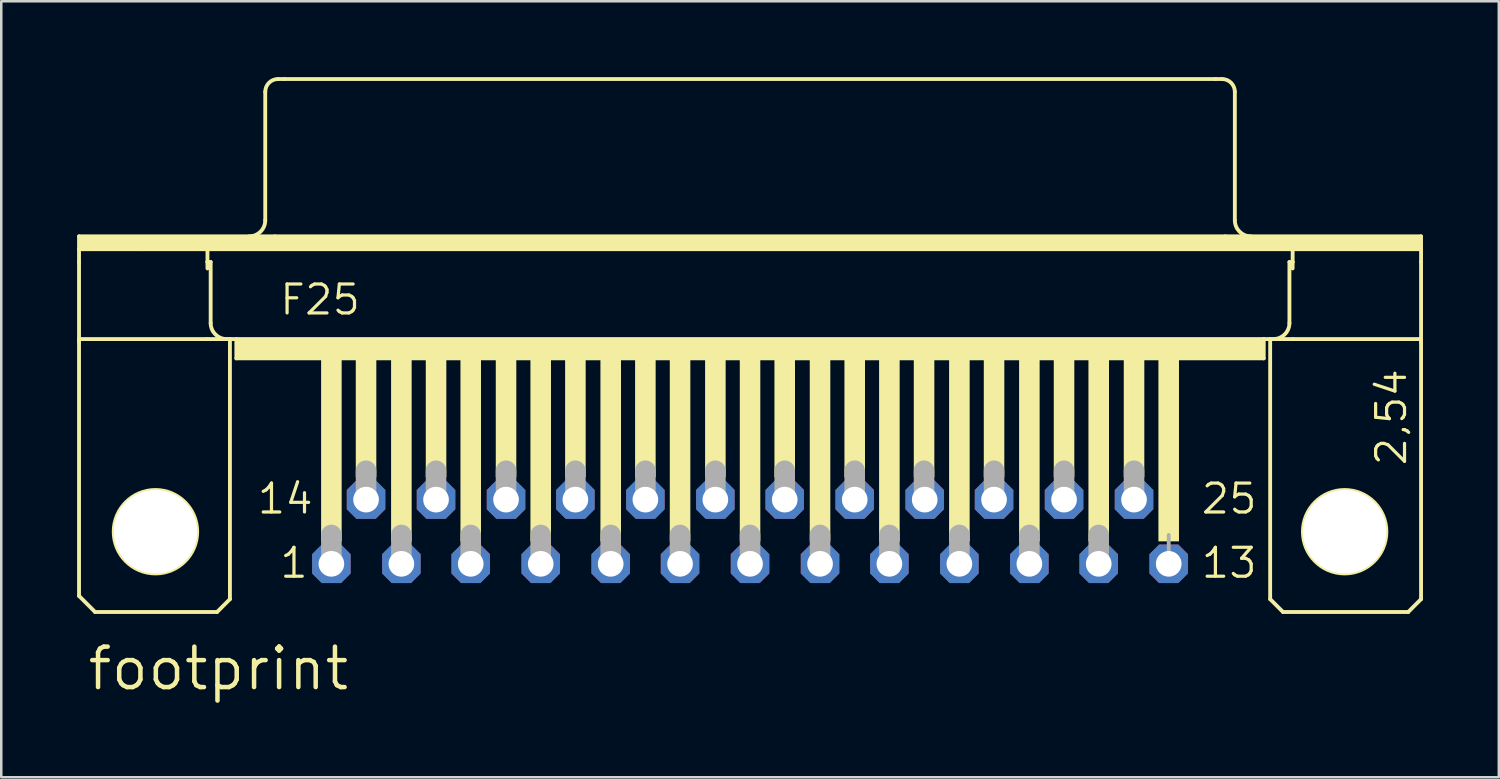
<source format=kicad_pcb>
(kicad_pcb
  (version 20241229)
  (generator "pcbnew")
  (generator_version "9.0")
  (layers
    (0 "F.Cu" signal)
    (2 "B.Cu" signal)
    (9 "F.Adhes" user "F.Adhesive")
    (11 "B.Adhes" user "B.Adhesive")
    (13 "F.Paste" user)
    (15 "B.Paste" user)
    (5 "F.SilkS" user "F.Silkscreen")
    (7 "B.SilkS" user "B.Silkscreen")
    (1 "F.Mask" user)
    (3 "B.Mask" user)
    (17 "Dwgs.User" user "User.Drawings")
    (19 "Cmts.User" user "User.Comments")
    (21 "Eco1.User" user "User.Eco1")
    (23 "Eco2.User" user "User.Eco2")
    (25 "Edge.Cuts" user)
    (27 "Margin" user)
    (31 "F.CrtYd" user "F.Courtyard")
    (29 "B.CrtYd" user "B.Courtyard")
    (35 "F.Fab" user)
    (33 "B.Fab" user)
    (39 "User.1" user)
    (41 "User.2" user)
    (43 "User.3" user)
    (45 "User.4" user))
  (footprint "footprint"
    (layer "F.Cu")
    (at 26.619 17.983)
    (property "Reference" "footprint" (at -26.289 6.35 0) (layer "F.SilkS") (effects (font (size 1.6 1.6) (thickness 0.178)) (justify left bottom)))
    (fp_line (start -26.543 -11.684) (end -18.796 -11.684) (stroke (width 0.152) (type solid)) (layer "F.SilkS"))
    (fp_line (start -26.543 -11.176) (end -26.543 -11.684) (stroke (width 0.152) (type solid)) (layer "F.SilkS"))
    (fp_line (start -26.543 -11.176) (end -24.003 -11.176) (stroke (width 0.152) (type solid)) (layer "F.SilkS"))
    (fp_line (start -26.543 -10.668) (end -26.543 -11.176) (stroke (width 0.152) (type solid)) (layer "F.SilkS"))
    (fp_line (start -26.543 -7.62) (end -26.543 -10.668) (stroke (width 0.152) (type solid)) (layer "F.SilkS"))
    (fp_line (start -26.543 -7.62) (end -26.543 -7.493) (stroke (width 0.152) (type solid)) (layer "F.SilkS"))
    (fp_line (start -26.543 -7.62) (end -21.463 -7.62) (stroke (width 0.152) (type solid)) (layer "F.SilkS"))
    (fp_line (start -26.543 2.54) (end -26.543 -7.493) (stroke (width 0.152) (type solid)) (layer "F.SilkS"))
    (fp_line (start -25.908 3.175) (end -26.543 2.54) (stroke (width 0.152) (type solid)) (layer "F.SilkS"))
    (fp_line (start -24.003 -11.176) (end -21.463 -11.176) (stroke (width 0.152) (type solid)) (layer "F.SilkS"))
    (fp_line (start -21.463 -11.176) (end 21.463 -11.176) (stroke (width 0.152) (type solid)) (layer "F.SilkS"))
    (fp_line (start -21.463 -10.668) (end -21.463 -11.176) (stroke (width 0.152) (type solid)) (layer "F.SilkS"))
    (fp_line (start -21.463 -10.668) (end -21.336 -10.668) (stroke (width 0.152) (type solid)) (layer "F.SilkS"))
    (fp_line (start -21.463 -10.414) (end -21.463 -10.668) (stroke (width 0.152) (type solid)) (layer "F.SilkS"))
    (fp_line (start -21.463 -7.62) (end -20.574 -7.62) (stroke (width 0.152) (type solid)) (layer "F.SilkS"))
    (fp_line (start -21.336 -8.255) (end -21.336 -10.668) (stroke (width 0.152) (type solid)) (layer "F.SilkS"))
    (fp_line (start -21.082 3.175) (end -25.908 3.175) (stroke (width 0.152) (type solid)) (layer "F.SilkS"))
    (fp_line (start -21.082 3.175) (end -20.574 2.667) (stroke (width 0.152) (type solid)) (layer "F.SilkS"))
    (fp_line (start -20.574 -7.62) (end -20.32 -7.62) (stroke (width 0.152) (type solid)) (layer "F.SilkS"))
    (fp_line (start -20.574 2.667) (end -20.574 -7.62) (stroke (width 0.152) (type solid)) (layer "F.SilkS"))
    (fp_line (start -20.32 -7.62) (end -20.32 -6.858) (stroke (width 0.152) (type solid)) (layer "F.SilkS"))
    (fp_line (start -20.32 -7.62) (end 20.32 -7.62) (stroke (width 0.152) (type solid)) (layer "F.SilkS"))
    (fp_line (start -20.32 -6.858) (end 20.32 -6.858) (stroke (width 0.152) (type solid)) (layer "F.SilkS"))
    (fp_line (start -19.177 -12.319) (end -19.177 -17.399) (stroke (width 0.152) (type solid)) (layer "F.SilkS"))
    (fp_line (start -18.796 -11.684) (end 18.796 -11.684) (stroke (width 0.152) (type solid)) (layer "F.SilkS"))
    (fp_line (start -18.669 -17.907) (end -18.415 -17.907) (stroke (width 0.152) (type solid)) (layer "F.SilkS"))
    (fp_line (start -18.415 -17.907) (end 18.415 -17.907) (stroke (width 0.152) (type solid)) (layer "F.SilkS"))
    (fp_line (start 18.415 -17.907) (end 18.669 -17.907) (stroke (width 0.152) (type solid)) (layer "F.SilkS"))
    (fp_line (start 18.796 -11.684) (end 26.543 -11.684) (stroke (width 0.152) (type solid)) (layer "F.SilkS"))
    (fp_line (start 19.177 -12.319) (end 19.177 -17.399) (stroke (width 0.152) (type solid)) (layer "F.SilkS"))
    (fp_line (start 20.32 -7.62) (end 20.32 -6.858) (stroke (width 0.152) (type solid)) (layer "F.SilkS"))
    (fp_line (start 20.32 -7.62) (end 20.574 -7.62) (stroke (width 0.152) (type solid)) (layer "F.SilkS"))
    (fp_line (start 20.574 -7.62) (end 21.463 -7.62) (stroke (width 0.152) (type solid)) (layer "F.SilkS"))
    (fp_line (start 20.574 2.667) (end 20.574 -7.62) (stroke (width 0.152) (type solid)) (layer "F.SilkS"))
    (fp_line (start 20.574 2.667) (end 21.082 3.175) (stroke (width 0.152) (type solid)) (layer "F.SilkS"))
    (fp_line (start 21.082 3.175) (end 26.035 3.175) (stroke (width 0.152) (type solid)) (layer "F.SilkS"))
    (fp_line (start 21.336 -10.668) (end 21.463 -10.668) (stroke (width 0.152) (type solid)) (layer "F.SilkS"))
    (fp_line (start 21.336 -8.255) (end 21.336 -10.668) (stroke (width 0.152) (type solid)) (layer "F.SilkS"))
    (fp_line (start 21.463 -11.176) (end 24.003 -11.176) (stroke (width 0.152) (type solid)) (layer "F.SilkS"))
    (fp_line (start 21.463 -10.668) (end 21.463 -11.176) (stroke (width 0.152) (type solid)) (layer "F.SilkS"))
    (fp_line (start 21.463 -10.414) (end 21.463 -10.668) (stroke (width 0.152) (type solid)) (layer "F.SilkS"))
    (fp_line (start 21.463 -7.62) (end 26.543 -7.62) (stroke (width 0.152) (type solid)) (layer "F.SilkS"))
    (fp_line (start 24.003 -11.176) (end 26.543 -11.176) (stroke (width 0.152) (type solid)) (layer "F.SilkS"))
    (fp_line (start 26.035 3.175) (end 26.543 2.667) (stroke (width 0.152) (type solid)) (layer "F.SilkS"))
    (fp_line (start 26.543 -11.684) (end 26.543 -11.176) (stroke (width 0.152) (type solid)) (layer "F.SilkS"))
    (fp_line (start 26.543 -11.176) (end 26.543 -10.668) (stroke (width 0.152) (type solid)) (layer "F.SilkS"))
    (fp_line (start 26.543 -10.668) (end 26.543 -7.62) (stroke (width 0.152) (type solid)) (layer "F.SilkS"))
    (fp_line (start 26.543 -7.62) (end 26.543 -7.493) (stroke (width 0.152) (type solid)) (layer "F.SilkS"))
    (fp_line (start 26.543 2.667) (end 26.543 -7.493) (stroke (width 0.152) (type solid)) (layer "F.SilkS"))
    (fp_arc (start -20.701 -7.62) (mid -21.150013 -7.805987) (end -21.336 -8.255) (stroke (width 0.1524) (type solid)) (layer "F.SilkS"))
    (fp_arc (start -19.177 -17.399) (mid -19.02821 -17.75821) (end -18.669 -17.907) (stroke (width 0.1524) (type solid)) (layer "F.SilkS"))
    (fp_arc (start -19.177 -12.319) (mid -19.362987 -11.869987) (end -19.812 -11.684) (stroke (width 0.1524) (type solid)) (layer "F.SilkS"))
    (fp_arc (start 18.669 -17.907) (mid 19.02821 -17.75821) (end 19.177 -17.399) (stroke (width 0.1524) (type solid)) (layer "F.SilkS"))
    (fp_arc (start 19.812 -11.684) (mid 19.362987 -11.869987) (end 19.177 -12.319) (stroke (width 0.1524) (type solid)) (layer "F.SilkS"))
    (fp_arc (start 21.336 -8.255) (mid 21.150013 -7.805987) (end 20.701 -7.62) (stroke (width 0.1524) (type solid)) (layer "F.SilkS"))
    (fp_circle (center -23.52 0) (end -21.869 0) (stroke (width 0.152) (type solid)) (fill no) (layer "F.SilkS"))
    (fp_circle (center 23.52 0) (end 25.171 0) (stroke (width 0.152) (type solid)) (fill no) (layer "F.SilkS"))
    (fp_poly (pts (xy -26.543 -11.176) (xy 26.543 -11.176) (xy 26.543 -11.684) (xy -26.543 -11.684)) (stroke (width 0) (type solid)) (fill yes) (layer "F.SilkS"))
    (fp_poly (pts (xy -20.32 -6.858) (xy 20.32 -6.858) (xy 20.32 -7.62) (xy -20.32 -7.62)) (stroke (width 0) (type solid)) (fill yes) (layer "F.SilkS"))
    (fp_poly (pts (xy -16.967 0.381) (xy -16.154 0.381) (xy -16.154 -6.858) (xy -16.967 -6.858)) (stroke (width 0) (type solid)) (fill yes) (layer "F.SilkS"))
    (fp_poly (pts (xy -15.596 -2.159) (xy -14.783 -2.159) (xy -14.783 -6.858) (xy -15.596 -6.858)) (stroke (width 0) (type solid)) (fill yes) (layer "F.SilkS"))
    (fp_poly (pts (xy -14.199 0.381) (xy -13.386 0.381) (xy -13.386 -6.858) (xy -14.199 -6.858)) (stroke (width 0) (type solid)) (fill yes) (layer "F.SilkS"))
    (fp_poly (pts (xy -12.827 -2.159) (xy -12.014 -2.159) (xy -12.014 -6.858) (xy -12.827 -6.858)) (stroke (width 0) (type solid)) (fill yes) (layer "F.SilkS"))
    (fp_poly (pts (xy -11.455 0.381) (xy -10.643 0.381) (xy -10.643 -6.858) (xy -11.455 -6.858)) (stroke (width 0) (type solid)) (fill yes) (layer "F.SilkS"))
    (fp_poly (pts (xy -10.058 -2.159) (xy -9.246 -2.159) (xy -9.246 -6.858) (xy -10.058 -6.858)) (stroke (width 0) (type solid)) (fill yes) (layer "F.SilkS"))
    (fp_poly (pts (xy -8.687 0.381) (xy -7.874 0.381) (xy -7.874 -6.858) (xy -8.687 -6.858)) (stroke (width 0) (type solid)) (fill yes) (layer "F.SilkS"))
    (fp_poly (pts (xy -7.315 -2.159) (xy -6.502 -2.159) (xy -6.502 -6.858) (xy -7.315 -6.858)) (stroke (width 0) (type solid)) (fill yes) (layer "F.SilkS"))
    (fp_poly (pts (xy -5.918 0.381) (xy -5.105 0.381) (xy -5.105 -6.858) (xy -5.918 -6.858)) (stroke (width 0) (type solid)) (fill yes) (layer "F.SilkS"))
    (fp_poly (pts (xy -4.547 -2.159) (xy -3.734 -2.159) (xy -3.734 -6.858) (xy -4.547 -6.858)) (stroke (width 0) (type solid)) (fill yes) (layer "F.SilkS"))
    (fp_poly (pts (xy -3.175 0.381) (xy -2.362 0.381) (xy -2.362 -6.858) (xy -3.175 -6.858)) (stroke (width 0) (type solid)) (fill yes) (layer "F.SilkS"))
    (fp_poly (pts (xy -1.778 -2.159) (xy -0.965 -2.159) (xy -0.965 -6.858) (xy -1.778 -6.858)) (stroke (width 0) (type solid)) (fill yes) (layer "F.SilkS"))
    (fp_poly (pts (xy -0.406 0.381) (xy 0.406 0.381) (xy 0.406 -6.858) (xy -0.406 -6.858)) (stroke (width 0) (type solid)) (fill yes) (layer "F.SilkS"))
    (fp_poly (pts (xy 0.965 -2.159) (xy 1.778 -2.159) (xy 1.778 -6.858) (xy 0.965 -6.858)) (stroke (width 0) (type solid)) (fill yes) (layer "F.SilkS"))
    (fp_poly (pts (xy 2.362 0.381) (xy 3.175 0.381) (xy 3.175 -6.858) (xy 2.362 -6.858)) (stroke (width 0) (type solid)) (fill yes) (layer "F.SilkS"))
    (fp_poly (pts (xy 3.734 -2.159) (xy 4.547 -2.159) (xy 4.547 -6.858) (xy 3.734 -6.858)) (stroke (width 0) (type solid)) (fill yes) (layer "F.SilkS"))
    (fp_poly (pts (xy 5.105 0.381) (xy 5.918 0.381) (xy 5.918 -6.858) (xy 5.105 -6.858)) (stroke (width 0) (type solid)) (fill yes) (layer "F.SilkS"))
    (fp_poly (pts (xy 6.477 -2.159) (xy 7.29 -2.159) (xy 7.29 -6.858) (xy 6.477 -6.858)) (stroke (width 0) (type solid)) (fill yes) (layer "F.SilkS"))
    (fp_poly (pts (xy 7.874 0.381) (xy 8.687 0.381) (xy 8.687 -6.858) (xy 7.874 -6.858)) (stroke (width 0) (type solid)) (fill yes) (layer "F.SilkS"))
    (fp_poly (pts (xy 9.246 -2.159) (xy 10.058 -2.159) (xy 10.058 -6.858) (xy 9.246 -6.858)) (stroke (width 0) (type solid)) (fill yes) (layer "F.SilkS"))
    (fp_poly (pts (xy 10.643 0.381) (xy 11.455 0.381) (xy 11.455 -6.858) (xy 10.643 -6.858)) (stroke (width 0) (type solid)) (fill yes) (layer "F.SilkS"))
    (fp_poly (pts (xy 12.014 -2.159) (xy 12.827 -2.159) (xy 12.827 -6.858) (xy 12.014 -6.858)) (stroke (width 0) (type solid)) (fill yes) (layer "F.SilkS"))
    (fp_poly (pts (xy 13.386 0.381) (xy 14.199 0.381) (xy 14.199 -6.858) (xy 13.386 -6.858)) (stroke (width 0) (type solid)) (fill yes) (layer "F.SilkS"))
    (fp_poly (pts (xy 14.783 -2.159) (xy 15.596 -2.159) (xy 15.596 -6.858) (xy 14.783 -6.858)) (stroke (width 0) (type solid)) (fill yes) (layer "F.SilkS"))
    (fp_poly (pts (xy 16.154 0.381) (xy 16.967 0.381) (xy 16.967 -6.858) (xy 16.154 -6.858)) (stroke (width 0) (type solid)) (fill yes) (layer "F.SilkS"))
    (fp_line (start -16.561 1.143) (end -16.561 0.127) (stroke (width 0.813) (type solid)) (layer "F.Fab"))
    (fp_line (start -15.189 -1.397) (end -15.189 -2.413) (stroke (width 0.813) (type solid)) (layer "F.Fab"))
    (fp_line (start -13.792 1.143) (end -13.792 0.127) (stroke (width 0.813) (type solid)) (layer "F.Fab"))
    (fp_line (start -12.421 -1.397) (end -12.421 -2.413) (stroke (width 0.813) (type solid)) (layer "F.Fab"))
    (fp_line (start -11.049 1.143) (end -11.049 0.127) (stroke (width 0.813) (type solid)) (layer "F.Fab"))
    (fp_line (start -9.652 -1.397) (end -9.652 -2.413) (stroke (width 0.813) (type solid)) (layer "F.Fab"))
    (fp_line (start -8.28 1.143) (end -8.28 0.127) (stroke (width 0.813) (type solid)) (layer "F.Fab"))
    (fp_line (start -6.909 -1.397) (end -6.909 -2.413) (stroke (width 0.813) (type solid)) (layer "F.Fab"))
    (fp_line (start -5.512 1.143) (end -5.512 0.127) (stroke (width 0.813) (type solid)) (layer "F.Fab"))
    (fp_line (start -4.14 -1.397) (end -4.14 -2.413) (stroke (width 0.813) (type solid)) (layer "F.Fab"))
    (fp_line (start -2.769 1.143) (end -2.769 0.127) (stroke (width 0.813) (type solid)) (layer "F.Fab"))
    (fp_line (start -1.372 -1.397) (end -1.372 -2.413) (stroke (width 0.813) (type solid)) (layer "F.Fab"))
    (fp_line (start 0 1.143) (end 0 0.127) (stroke (width 0.813) (type solid)) (layer "F.Fab"))
    (fp_line (start 1.372 -1.397) (end 1.372 -2.413) (stroke (width 0.813) (type solid)) (layer "F.Fab"))
    (fp_line (start 2.769 1.143) (end 2.769 0.127) (stroke (width 0.813) (type solid)) (layer "F.Fab"))
    (fp_line (start 4.14 -1.397) (end 4.14 -2.413) (stroke (width 0.813) (type solid)) (layer "F.Fab"))
    (fp_line (start 5.512 1.143) (end 5.512 0.127) (stroke (width 0.813) (type solid)) (layer "F.Fab"))
    (fp_line (start 6.883 -1.397) (end 6.883 -2.413) (stroke (width 0.813) (type solid)) (layer "F.Fab"))
    (fp_line (start 8.28 1.143) (end 8.28 0.127) (stroke (width 0.813) (type solid)) (layer "F.Fab"))
    (fp_line (start 9.652 -1.397) (end 9.652 -2.413) (stroke (width 0.813) (type solid)) (layer "F.Fab"))
    (fp_line (start 11.049 1.143) (end 11.049 0.127) (stroke (width 0.813) (type solid)) (layer "F.Fab"))
    (fp_line (start 12.421 -1.397) (end 12.421 -2.413) (stroke (width 0.813) (type solid)) (layer "F.Fab"))
    (fp_line (start 13.792 1.143) (end 13.792 0.127) (stroke (width 0.813) (type solid)) (layer "F.Fab"))
    (fp_line (start 15.189 -1.397) (end 15.189 -2.413) (stroke (width 0.813) (type solid)) (layer "F.Fab"))
    (fp_line (start 16.561 1.143) (end 16.561 0.127) (stroke (width 0.152) (type solid)) (layer "F.Fab"))
    (fp_text user "25" (at 17.78 -0.635 0) (layer "F.SilkS") (effects (font (size 1.143 1.143) (thickness 0.127)) (justify left bottom)))
    (fp_text user "14" (at -19.558 -0.635 0) (layer "F.SilkS") (effects (font (size 1.143 1.143) (thickness 0.127)) (justify left bottom)))
    (fp_text user "1" (at -18.669 1.905 0) (layer "F.SilkS") (effects (font (size 1.143 1.143) (thickness 0.127)) (justify left bottom)))
    (fp_text user "2,54" (at 26.035 -2.54 90) (layer "F.SilkS") (effects (font (size 1.143 1.143) (thickness 0.127)) (justify left bottom)))
    (fp_text user "13" (at 17.78 1.905 0) (layer "F.SilkS") (effects (font (size 1.143 1.143) (thickness 0.127)) (justify left bottom)))
    (fp_text user "F25" (at -18.669 -8.509 0) (layer "F.SilkS") (effects (font (size 1.143 1.143) (thickness 0.127)) (justify left bottom)))
    (pad "" np_thru_hole circle (at -23.52 0) (size 3.302 3.302) (drill 3.302) (layers "*.Cu" "*.Mask"))
    (pad "" np_thru_hole circle (at 23.52 0) (size 3.302 3.302) (drill 3.302) (layers "*.Cu" "*.Mask"))
    (pad "1" thru_hole roundrect (at -16.561 1.27) (size 1.524 1.524) (drill 1.016) (layers "*.Cu" "*.Mask") (roundrect_rratio 0.25) (chamfer_ratio 0.25) (chamfer top_left top_right bottom_left bottom_right))
    (pad "2" thru_hole roundrect (at -13.792 1.27) (size 1.524 1.524) (drill 1.016) (layers "*.Cu" "*.Mask") (roundrect_rratio 0.25) (chamfer_ratio 0.25) (chamfer top_left top_right bottom_left bottom_right))
    (pad "3" thru_hole roundrect (at -11.049 1.27) (size 1.524 1.524) (drill 1.016) (layers "*.Cu" "*.Mask") (roundrect_rratio 0.25) (chamfer_ratio 0.25) (chamfer top_left top_right bottom_left bottom_right))
    (pad "4" thru_hole roundrect (at -8.28 1.27) (size 1.524 1.524) (drill 1.016) (layers "*.Cu" "*.Mask") (roundrect_rratio 0.25) (chamfer_ratio 0.25) (chamfer top_left top_right bottom_left bottom_right))
    (pad "5" thru_hole roundrect (at -5.512 1.27) (size 1.524 1.524) (drill 1.016) (layers "*.Cu" "*.Mask") (roundrect_rratio 0.25) (chamfer_ratio 0.25) (chamfer top_left top_right bottom_left bottom_right))
    (pad "6" thru_hole roundrect (at -2.769 1.27) (size 1.524 1.524) (drill 1.016) (layers "*.Cu" "*.Mask") (roundrect_rratio 0.25) (chamfer_ratio 0.25) (chamfer top_left top_right bottom_left bottom_right))
    (pad "7" thru_hole roundrect (at 0 1.27) (size 1.524 1.524) (drill 1.016) (layers "*.Cu" "*.Mask") (roundrect_rratio 0.25) (chamfer_ratio 0.25) (chamfer top_left top_right bottom_left bottom_right))
    (pad "8" thru_hole roundrect (at 2.769 1.27) (size 1.524 1.524) (drill 1.016) (layers "*.Cu" "*.Mask") (roundrect_rratio 0.25) (chamfer_ratio 0.25) (chamfer top_left top_right bottom_left bottom_right))
    (pad "9" thru_hole roundrect (at 5.512 1.27) (size 1.524 1.524) (drill 1.016) (layers "*.Cu" "*.Mask") (roundrect_rratio 0.25) (chamfer_ratio 0.25) (chamfer top_left top_right bottom_left bottom_right))
    (pad "10" thru_hole roundrect (at 8.28 1.27) (size 1.524 1.524) (drill 1.016) (layers "*.Cu" "*.Mask") (roundrect_rratio 0.25) (chamfer_ratio 0.25) (chamfer top_left top_right bottom_left bottom_right))
    (pad "11" thru_hole roundrect (at 11.049 1.27) (size 1.524 1.524) (drill 1.016) (layers "*.Cu" "*.Mask") (roundrect_rratio 0.25) (chamfer_ratio 0.25) (chamfer top_left top_right bottom_left bottom_right))
    (pad "12" thru_hole roundrect (at 13.792 1.27) (size 1.524 1.524) (drill 1.016) (layers "*.Cu" "*.Mask") (roundrect_rratio 0.25) (chamfer_ratio 0.25) (chamfer top_left top_right bottom_left bottom_right))
    (pad "13" thru_hole roundrect (at 16.561 1.27) (size 1.524 1.524) (drill 1.016) (layers "*.Cu" "*.Mask") (roundrect_rratio 0.25) (chamfer_ratio 0.25) (chamfer top_left top_right bottom_left bottom_right))
    (pad "14" thru_hole roundrect (at -15.189 -1.27) (size 1.524 1.524) (drill 1.016) (layers "*.Cu" "*.Mask") (roundrect_rratio 0.25) (chamfer_ratio 0.25) (chamfer top_left top_right bottom_left bottom_right))
    (pad "15" thru_hole roundrect (at -12.421 -1.27) (size 1.524 1.524) (drill 1.016) (layers "*.Cu" "*.Mask") (roundrect_rratio 0.25) (chamfer_ratio 0.25) (chamfer top_left top_right bottom_left bottom_right))
    (pad "16" thru_hole roundrect (at -9.652 -1.27) (size 1.524 1.524) (drill 1.016) (layers "*.Cu" "*.Mask") (roundrect_rratio 0.25) (chamfer_ratio 0.25) (chamfer top_left top_right bottom_left bottom_right))
    (pad "17" thru_hole roundrect (at -6.909 -1.27) (size 1.524 1.524) (drill 1.016) (layers "*.Cu" "*.Mask") (roundrect_rratio 0.25) (chamfer_ratio 0.25) (chamfer top_left top_right bottom_left bottom_right))
    (pad "18" thru_hole roundrect (at -4.14 -1.27) (size 1.524 1.524) (drill 1.016) (layers "*.Cu" "*.Mask") (roundrect_rratio 0.25) (chamfer_ratio 0.25) (chamfer top_left top_right bottom_left bottom_right))
    (pad "19" thru_hole roundrect (at -1.372 -1.27) (size 1.524 1.524) (drill 1.016) (layers "*.Cu" "*.Mask") (roundrect_rratio 0.25) (chamfer_ratio 0.25) (chamfer top_left top_right bottom_left bottom_right))
    (pad "20" thru_hole roundrect (at 1.372 -1.27) (size 1.524 1.524) (drill 1.016) (layers "*.Cu" "*.Mask") (roundrect_rratio 0.25) (chamfer_ratio 0.25) (chamfer top_left top_right bottom_left bottom_right))
    (pad "21" thru_hole roundrect (at 4.14 -1.27) (size 1.524 1.524) (drill 1.016) (layers "*.Cu" "*.Mask") (roundrect_rratio 0.25) (chamfer_ratio 0.25) (chamfer top_left top_right bottom_left bottom_right))
    (pad "22" thru_hole roundrect (at 6.909 -1.27) (size 1.524 1.524) (drill 1.016) (layers "*.Cu" "*.Mask") (roundrect_rratio 0.25) (chamfer_ratio 0.25) (chamfer top_left top_right bottom_left bottom_right))
    (pad "23" thru_hole roundrect (at 9.652 -1.27) (size 1.524 1.524) (drill 1.016) (layers "*.Cu" "*.Mask") (roundrect_rratio 0.25) (chamfer_ratio 0.25) (chamfer top_left top_right bottom_left bottom_right))
    (pad "24" thru_hole roundrect (at 12.421 -1.27) (size 1.524 1.524) (drill 1.016) (layers "*.Cu" "*.Mask") (roundrect_rratio 0.25) (chamfer_ratio 0.25) (chamfer top_left top_right bottom_left bottom_right))
    (pad "25" thru_hole roundrect (at 15.189 -1.27) (size 1.524 1.524) (drill 1.016) (layers "*.Cu" "*.Mask") (roundrect_rratio 0.25) (chamfer_ratio 0.25) (chamfer top_left top_right bottom_left bottom_right))
    (zone (net_name "") (layers "F.Cu" "B.Cu") (hatch edge 0.508) (connect_pads) (min_thickness 0.254) (filled_areas_thickness no) (keepout (tracks allowed) (vias not_allowed) (pads allowed) (copperpour allowed) (footprints allowed)) (placement (enabled no)) (fill) (polygon (pts (xy 5.766 17.983) (xy 5.725 17.52) (xy 5.605 17.071) (xy 5.408 16.65) (xy 5.142 16.269) (xy 4.813 15.94) (xy 4.432 15.674) (xy 4.011 15.477) (xy 3.562 15.357) (xy 3.099 15.316) (xy 2.636 15.357) (xy 2.187 15.477) (xy 1.765 15.674) (xy 1.384 15.94) (xy 1.056 16.269) (xy 0.789 16.65) (xy 0.593 17.071) (xy 0.472 17.52) (xy 0.432 17.983) (xy 0.472 18.446) (xy 0.593 18.895) (xy 0.789 19.317) (xy 1.056 19.698) (xy 1.384 20.026) (xy 1.765 20.293) (xy 2.187 20.489) (xy 2.636 20.61) (xy 3.099 20.65) (xy 3.562 20.61) (xy 4.011 20.489) (xy 4.432 20.293) (xy 4.813 20.026) (xy 5.142 19.698) (xy 5.408 19.317) (xy 5.605 18.895) (xy 5.725 18.446))))
    (zone (net_name "") (layers "F.Cu" "B.Cu") (hatch edge 0.508) (connect_pads) (min_thickness 0.254) (filled_areas_thickness no) (keepout (tracks allowed) (vias not_allowed) (pads allowed) (copperpour allowed) (footprints allowed)) (placement (enabled no)) (fill) (polygon (pts (xy 52.807 17.983) (xy 52.766 17.52) (xy 52.646 17.071) (xy 52.449 16.65) (xy 52.183 16.269) (xy 51.854 15.94) (xy 51.473 15.674) (xy 51.052 15.477) (xy 50.603 15.357) (xy 50.14 15.316) (xy 49.676 15.357) (xy 49.227 15.477) (xy 48.806 15.674) (xy 48.425 15.94) (xy 48.097 16.269) (xy 47.83 16.65) (xy 47.633 17.071) (xy 47.513 17.52) (xy 47.473 17.983) (xy 47.513 18.446) (xy 47.633 18.895) (xy 47.83 19.317) (xy 48.097 19.698) (xy 48.425 20.026) (xy 48.806 20.293) (xy 49.227 20.489) (xy 49.676 20.61) (xy 50.14 20.65) (xy 50.603 20.61) (xy 51.052 20.489) (xy 51.473 20.293) (xy 51.854 20.026) (xy 52.183 19.698) (xy 52.449 19.317) (xy 52.646 18.895) (xy 52.766 18.446))))
    (zone (net_name "") (layer "B.Cu") (hatch edge 0.508) (connect_pads) (min_thickness 0.254) (filled_areas_thickness no) (keepout (tracks not_allowed) (vias not_allowed) (pads not_allowed) (copperpour not_allowed) (footprints allowed)) (placement (enabled no)) (fill) (polygon (pts (xy 5.766 17.983) (xy 5.725 17.52) (xy 5.605 17.071) (xy 5.408 16.65) (xy 5.142 16.269) (xy 4.813 15.94) (xy 4.432 15.674) (xy 4.011 15.477) (xy 3.562 15.357) (xy 3.099 15.316) (xy 2.636 15.357) (xy 2.187 15.477) (xy 1.765 15.674) (xy 1.384 15.94) (xy 1.056 16.269) (xy 0.789 16.65) (xy 0.593 17.071) (xy 0.472 17.52) (xy 0.432 17.983) (xy 0.472 18.446) (xy 0.593 18.895) (xy 0.789 19.317) (xy 1.056 19.698) (xy 1.384 20.026) (xy 1.765 20.293) (xy 2.187 20.489) (xy 2.636 20.61) (xy 3.099 20.65) (xy 3.562 20.61) (xy 4.011 20.489) (xy 4.432 20.293) (xy 4.813 20.026) (xy 5.142 19.698) (xy 5.408 19.317) (xy 5.605 18.895) (xy 5.725 18.446))))
    (zone (net_name "") (layer "B.Cu") (hatch edge 0.508) (connect_pads) (min_thickness 0.254) (filled_areas_thickness no) (keepout (tracks not_allowed) (vias not_allowed) (pads not_allowed) (copperpour not_allowed) (footprints allowed)) (placement (enabled no)) (fill) (polygon (pts (xy 52.807 17.983) (xy 52.766 17.52) (xy 52.646 17.071) (xy 52.449 16.65) (xy 52.183 16.269) (xy 51.854 15.94) (xy 51.473 15.674) (xy 51.052 15.477) (xy 50.603 15.357) (xy 50.14 15.316) (xy 49.676 15.357) (xy 49.227 15.477) (xy 48.806 15.674) (xy 48.425 15.94) (xy 48.097 16.269) (xy 47.83 16.65) (xy 47.633 17.071) (xy 47.513 17.52) (xy 47.473 17.983) (xy 47.513 18.446) (xy 47.633 18.895) (xy 47.83 19.317) (xy 48.097 19.698) (xy 48.425 20.026) (xy 48.806 20.293) (xy 49.227 20.489) (xy 49.676 20.61) (xy 50.14 20.65) (xy 50.603 20.61) (xy 51.052 20.489) (xy 51.473 20.293) (xy 51.854 20.026) (xy 52.183 19.698) (xy 52.449 19.317) (xy 52.646 18.895) (xy 52.766 18.446)))))
  (gr_rect
    (start -3 -3)
    (end 56.238 27.696)
    (stroke (width 0.1) (type default))
    (fill no)
    (layer "Edge.Cuts")))
</source>
